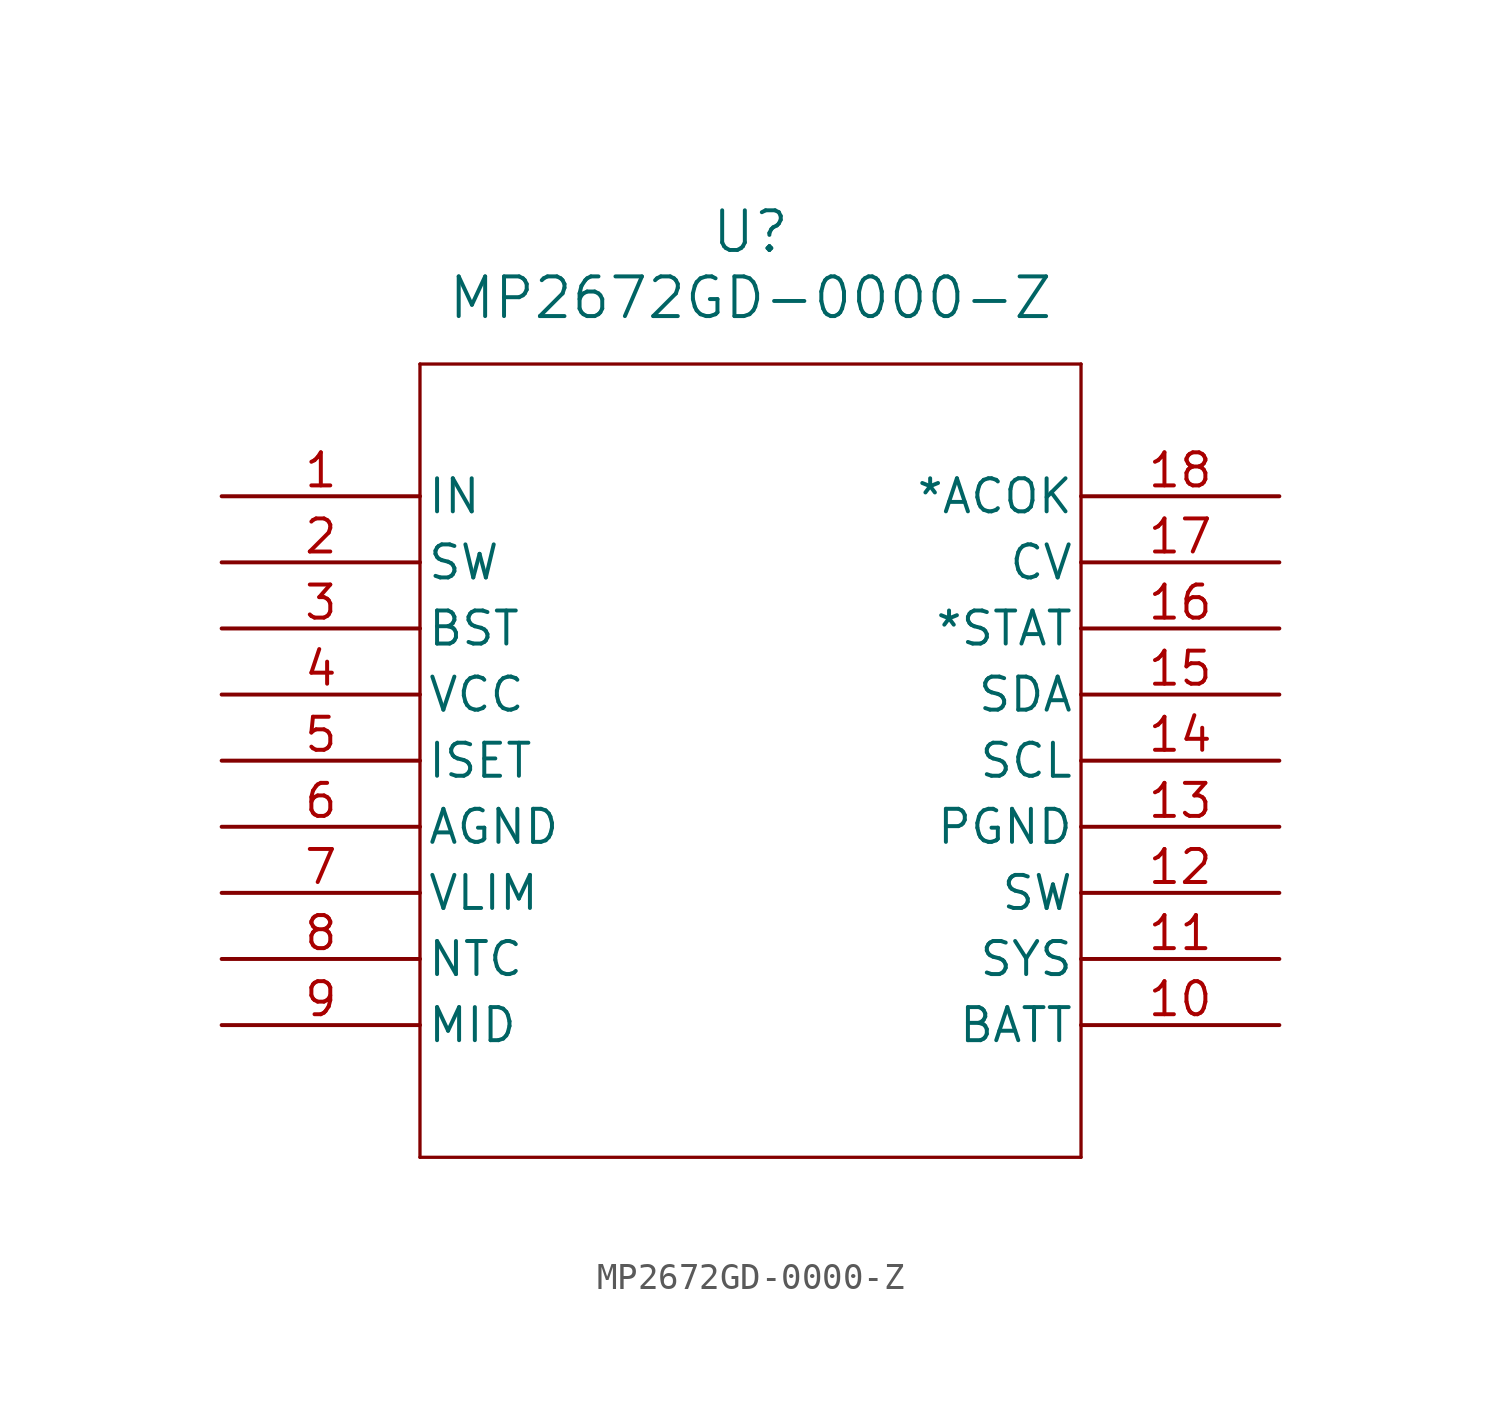
<source format=kicad_sym>
(kicad_symbol_lib
  (version 20231120)
  (generator "kicad_symbol_editor")
  (generator_version "8.0")
  (symbol "MP2672GD-0000-Z"
    (pin_names
      (offset 0.254))
    (property "Reference" "U"
      (at 20.32 10.16 0)
      (effects (font (size 1.524 1.524))))
    (property "Value" "MP2672GD-0000-Z"
      (at 20.32 7.62 0)
      (effects (font (size 1.524 1.524))))
    (property "ki_locked" ""
      (at 0 0 0)
      (effects (font (size 1.27 1.27))))
    (symbol "MP2672GD-0000-Z_0_1"
      (polyline (pts (xy 7.62 -25.4) (xy 33.02 -25.4)) (stroke (width 0.127) (type default)) (fill (type none)))
      (polyline (pts (xy 7.62 5.08) (xy 7.62 -25.4)) (stroke (width 0.127) (type default)) (fill (type none)))
      (polyline (pts (xy 33.02 -25.4) (xy 33.02 5.08)) (stroke (width 0.127) (type default)) (fill (type none)))
      (polyline (pts (xy 33.02 5.08) (xy 7.62 5.08)) (stroke (width 0.127) (type default)) (fill (type none)))
      (pin power_in line (at 0 0 0) (length 7.62) (name "IN" (effects (font (size 1.27 1.27)))) (number "1" (effects (font (size 1.27 1.27)))))
      (pin power_in line (at 40.64 -20.32 180) (length 7.62) (name "BATT" (effects (font (size 1.27 1.27)))) (number "10" (effects (font (size 1.27 1.27)))))
      (pin power_in line (at 40.64 -17.78 180) (length 7.62) (name "SYS" (effects (font (size 1.27 1.27)))) (number "11" (effects (font (size 1.27 1.27)))))
      (pin power_in line (at 40.64 -15.24 180) (length 7.62) (name "SW" (effects (font (size 1.27 1.27)))) (number "12" (effects (font (size 1.27 1.27)))))
      (pin power_in line (at 40.64 -12.7 180) (length 7.62) (name "PGND" (effects (font (size 1.27 1.27)))) (number "13" (effects (font (size 1.27 1.27)))))
      (pin input line (at 40.64 -10.16 180) (length 7.62) (name "SCL" (effects (font (size 1.27 1.27)))) (number "14" (effects (font (size 1.27 1.27)))))
      (pin bidirectional line (at 40.64 -7.62 180) (length 7.62) (name "SDA" (effects (font (size 1.27 1.27)))) (number "15" (effects (font (size 1.27 1.27)))))
      (pin output line (at 40.64 -5.08 180) (length 7.62) (name "*STAT" (effects (font (size 1.27 1.27)))) (number "16" (effects (font (size 1.27 1.27)))))
      (pin input line (at 40.64 -2.54 180) (length 7.62) (name "CV" (effects (font (size 1.27 1.27)))) (number "17" (effects (font (size 1.27 1.27)))))
      (pin output line (at 40.64 0 180) (length 7.62) (name "*ACOK" (effects (font (size 1.27 1.27)))) (number "18" (effects (font (size 1.27 1.27)))))
      (pin power_in line (at 0 -2.54 0) (length 7.62) (name "SW" (effects (font (size 1.27 1.27)))) (number "2" (effects (font (size 1.27 1.27)))))
      (pin power_in line (at 0 -5.08 0) (length 7.62) (name "BST" (effects (font (size 1.27 1.27)))) (number "3" (effects (font (size 1.27 1.27)))))
      (pin power_in line (at 0 -7.62 0) (length 7.62) (name "VCC" (effects (font (size 1.27 1.27)))) (number "4" (effects (font (size 1.27 1.27)))))
      (pin input line (at 0 -10.16 0) (length 7.62) (name "ISET" (effects (font (size 1.27 1.27)))) (number "5" (effects (font (size 1.27 1.27)))))
      (pin power_in line (at 0 -12.7 0) (length 7.62) (name "AGND" (effects (font (size 1.27 1.27)))) (number "6" (effects (font (size 1.27 1.27)))))
      (pin input line (at 0 -15.24 0) (length 7.62) (name "VLIM" (effects (font (size 1.27 1.27)))) (number "7" (effects (font (size 1.27 1.27)))))
      (pin input line (at 0 -17.78 0) (length 7.62) (name "NTC" (effects (font (size 1.27 1.27)))) (number "8" (effects (font (size 1.27 1.27)))))
      (pin power_in line (at 0 -20.32 0) (length 7.62) (name "MID" (effects (font (size 1.27 1.27)))) (number "9" (effects (font (size 1.27 1.27))))))))
</source>
